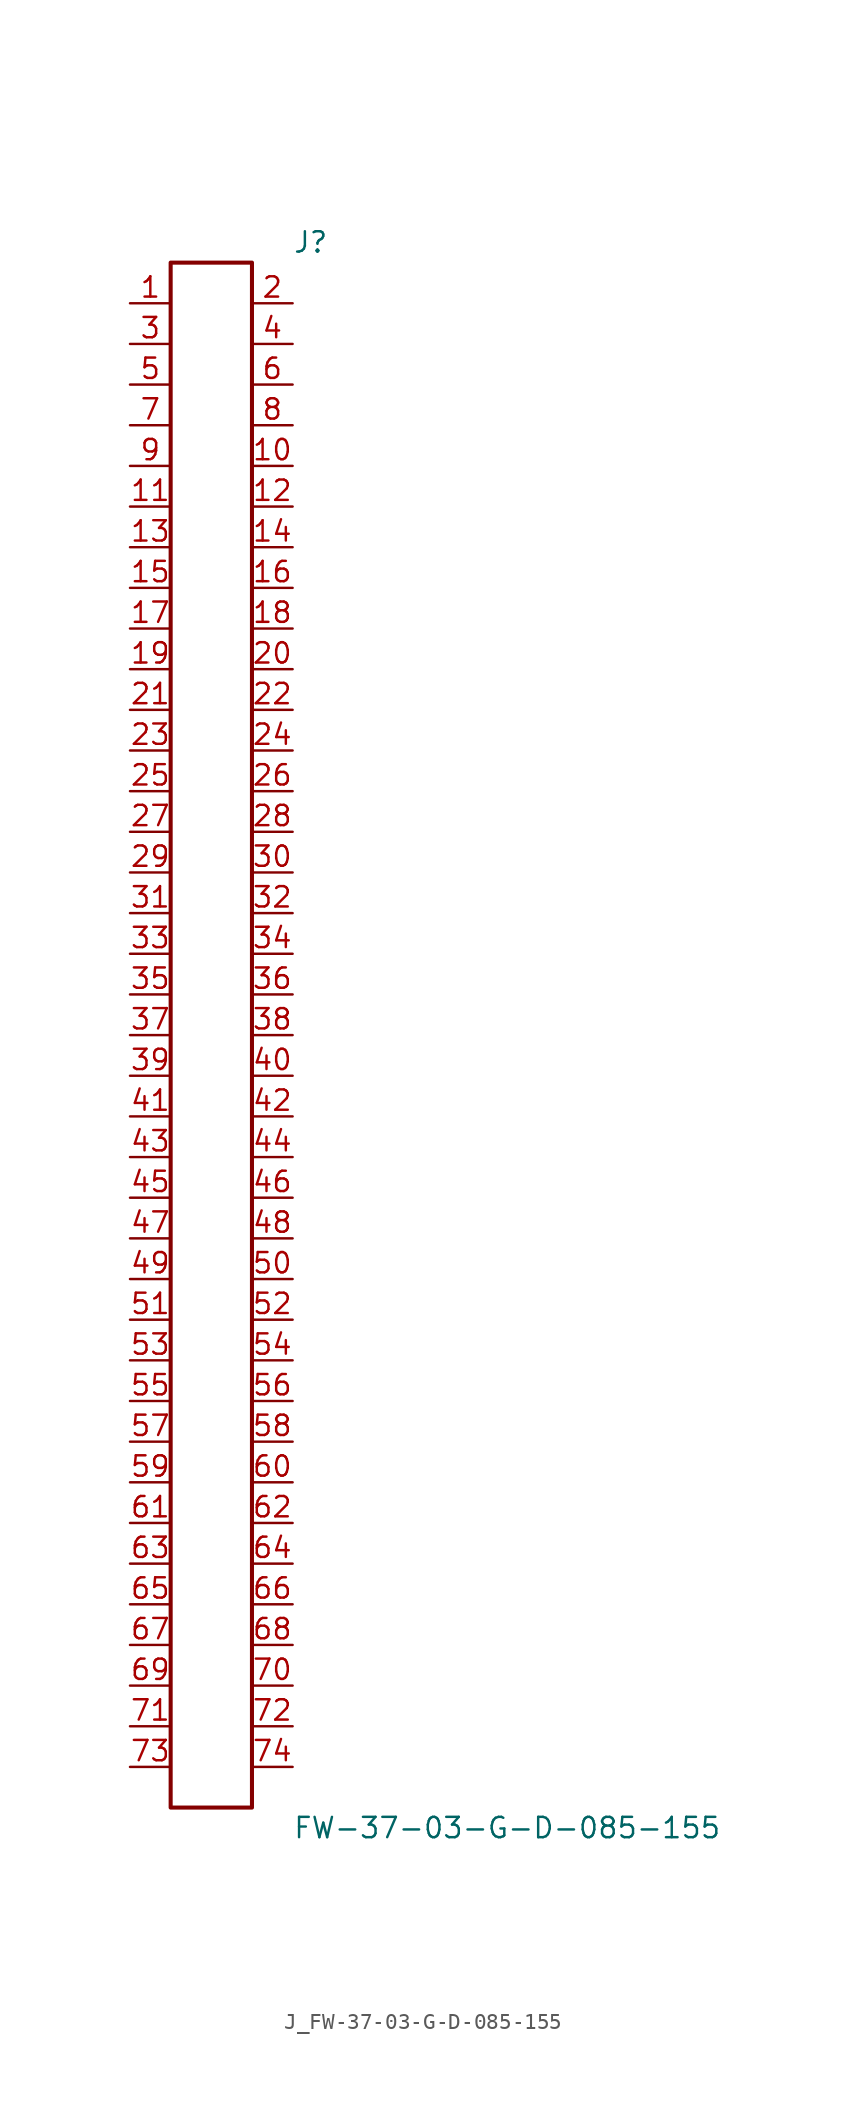
<source format=kicad_sym>
(kicad_symbol_lib
  (version 20231120)
  (generator kicad_symbol_editor)
  (generator_version 8.0)
  (symbol "J_FW-37-03-G-D-085-155"
    (pin_names
      (offset 0.254))
    (property "Reference" "J"
      (at 5.08 49.53 0)
      (effects (font (size 1.27 1.27)) (justify left)))
    (property "Value" "FW-37-03-G-D-085-155"
      (at 5.08 -49.53 0)
      (effects (font (size 1.27 1.27)) (justify left)))
    (symbol "J_FW-37-03-G-D-085-155_0_0"
      (pin unspecified line (at -5.08 45.72 0) (length 2.54) (name "" (effects (font (size 1.27 1.27)))) (number "1" (effects (font (size 1.27 1.27)))))
      (pin unspecified line (at 5.08 45.72 180) (length 2.54) (name "" (effects (font (size 1.27 1.27)))) (number "2" (effects (font (size 1.27 1.27)))))
      (pin unspecified line (at -5.08 43.18 0) (length 2.54) (name "" (effects (font (size 1.27 1.27)))) (number "3" (effects (font (size 1.27 1.27)))))
      (pin unspecified line (at 5.08 43.18 180) (length 2.54) (name "" (effects (font (size 1.27 1.27)))) (number "4" (effects (font (size 1.27 1.27)))))
      (pin unspecified line (at -5.08 40.64 0) (length 2.54) (name "" (effects (font (size 1.27 1.27)))) (number "5" (effects (font (size 1.27 1.27)))))
      (pin unspecified line (at 5.08 40.64 180) (length 2.54) (name "" (effects (font (size 1.27 1.27)))) (number "6" (effects (font (size 1.27 1.27)))))
      (pin unspecified line (at -5.08 38.1 0) (length 2.54) (name "" (effects (font (size 1.27 1.27)))) (number "7" (effects (font (size 1.27 1.27)))))
      (pin unspecified line (at 5.08 38.1 180) (length 2.54) (name "" (effects (font (size 1.27 1.27)))) (number "8" (effects (font (size 1.27 1.27)))))
      (pin unspecified line (at -5.08 35.56 0) (length 2.54) (name "" (effects (font (size 1.27 1.27)))) (number "9" (effects (font (size 1.27 1.27)))))
      (pin unspecified line (at 5.08 35.56 180) (length 2.54) (name "" (effects (font (size 1.27 1.27)))) (number "10" (effects (font (size 1.27 1.27)))))
      (pin unspecified line (at -5.08 33.02 0) (length 2.54) (name "" (effects (font (size 1.27 1.27)))) (number "11" (effects (font (size 1.27 1.27)))))
      (pin unspecified line (at 5.08 33.02 180) (length 2.54) (name "" (effects (font (size 1.27 1.27)))) (number "12" (effects (font (size 1.27 1.27)))))
      (pin unspecified line (at -5.08 30.48 0) (length 2.54) (name "" (effects (font (size 1.27 1.27)))) (number "13" (effects (font (size 1.27 1.27)))))
      (pin unspecified line (at 5.08 30.48 180) (length 2.54) (name "" (effects (font (size 1.27 1.27)))) (number "14" (effects (font (size 1.27 1.27)))))
      (pin unspecified line (at -5.08 27.94 0) (length 2.54) (name "" (effects (font (size 1.27 1.27)))) (number "15" (effects (font (size 1.27 1.27)))))
      (pin unspecified line (at 5.08 27.94 180) (length 2.54) (name "" (effects (font (size 1.27 1.27)))) (number "16" (effects (font (size 1.27 1.27)))))
      (pin unspecified line (at -5.08 25.4 0) (length 2.54) (name "" (effects (font (size 1.27 1.27)))) (number "17" (effects (font (size 1.27 1.27)))))
      (pin unspecified line (at 5.08 25.4 180) (length 2.54) (name "" (effects (font (size 1.27 1.27)))) (number "18" (effects (font (size 1.27 1.27)))))
      (pin unspecified line (at -5.08 22.86 0) (length 2.54) (name "" (effects (font (size 1.27 1.27)))) (number "19" (effects (font (size 1.27 1.27)))))
      (pin unspecified line (at 5.08 22.86 180) (length 2.54) (name "" (effects (font (size 1.27 1.27)))) (number "20" (effects (font (size 1.27 1.27)))))
      (pin unspecified line (at -5.08 20.32 0) (length 2.54) (name "" (effects (font (size 1.27 1.27)))) (number "21" (effects (font (size 1.27 1.27)))))
      (pin unspecified line (at 5.08 20.32 180) (length 2.54) (name "" (effects (font (size 1.27 1.27)))) (number "22" (effects (font (size 1.27 1.27)))))
      (pin unspecified line (at -5.08 17.78 0) (length 2.54) (name "" (effects (font (size 1.27 1.27)))) (number "23" (effects (font (size 1.27 1.27)))))
      (pin unspecified line (at 5.08 17.78 180) (length 2.54) (name "" (effects (font (size 1.27 1.27)))) (number "24" (effects (font (size 1.27 1.27)))))
      (pin unspecified line (at -5.08 15.24 0) (length 2.54) (name "" (effects (font (size 1.27 1.27)))) (number "25" (effects (font (size 1.27 1.27)))))
      (pin unspecified line (at 5.08 15.24 180) (length 2.54) (name "" (effects (font (size 1.27 1.27)))) (number "26" (effects (font (size 1.27 1.27)))))
      (pin unspecified line (at -5.08 12.7 0) (length 2.54) (name "" (effects (font (size 1.27 1.27)))) (number "27" (effects (font (size 1.27 1.27)))))
      (pin unspecified line (at 5.08 12.7 180) (length 2.54) (name "" (effects (font (size 1.27 1.27)))) (number "28" (effects (font (size 1.27 1.27)))))
      (pin unspecified line (at -5.08 10.16 0) (length 2.54) (name "" (effects (font (size 1.27 1.27)))) (number "29" (effects (font (size 1.27 1.27)))))
      (pin unspecified line (at 5.08 10.16 180) (length 2.54) (name "" (effects (font (size 1.27 1.27)))) (number "30" (effects (font (size 1.27 1.27)))))
      (pin unspecified line (at -5.08 7.62 0) (length 2.54) (name "" (effects (font (size 1.27 1.27)))) (number "31" (effects (font (size 1.27 1.27)))))
      (pin unspecified line (at 5.08 7.62 180) (length 2.54) (name "" (effects (font (size 1.27 1.27)))) (number "32" (effects (font (size 1.27 1.27)))))
      (pin unspecified line (at -5.08 5.08 0) (length 2.54) (name "" (effects (font (size 1.27 1.27)))) (number "33" (effects (font (size 1.27 1.27)))))
      (pin unspecified line (at 5.08 5.08 180) (length 2.54) (name "" (effects (font (size 1.27 1.27)))) (number "34" (effects (font (size 1.27 1.27)))))
      (pin unspecified line (at -5.08 2.54 0) (length 2.54) (name "" (effects (font (size 1.27 1.27)))) (number "35" (effects (font (size 1.27 1.27)))))
      (pin unspecified line (at 5.08 2.54 180) (length 2.54) (name "" (effects (font (size 1.27 1.27)))) (number "36" (effects (font (size 1.27 1.27)))))
      (pin unspecified line (at -5.08 0.0 0) (length 2.54) (name "" (effects (font (size 1.27 1.27)))) (number "37" (effects (font (size 1.27 1.27)))))
      (pin unspecified line (at 5.08 0.0 180) (length 2.54) (name "" (effects (font (size 1.27 1.27)))) (number "38" (effects (font (size 1.27 1.27)))))
      (pin unspecified line (at -5.08 -2.54 0) (length 2.54) (name "" (effects (font (size 1.27 1.27)))) (number "39" (effects (font (size 1.27 1.27)))))
      (pin unspecified line (at 5.08 -2.54 180) (length 2.54) (name "" (effects (font (size 1.27 1.27)))) (number "40" (effects (font (size 1.27 1.27)))))
      (pin unspecified line (at -5.08 -5.08 0) (length 2.54) (name "" (effects (font (size 1.27 1.27)))) (number "41" (effects (font (size 1.27 1.27)))))
      (pin unspecified line (at 5.08 -5.08 180) (length 2.54) (name "" (effects (font (size 1.27 1.27)))) (number "42" (effects (font (size 1.27 1.27)))))
      (pin unspecified line (at -5.08 -7.62 0) (length 2.54) (name "" (effects (font (size 1.27 1.27)))) (number "43" (effects (font (size 1.27 1.27)))))
      (pin unspecified line (at 5.08 -7.62 180) (length 2.54) (name "" (effects (font (size 1.27 1.27)))) (number "44" (effects (font (size 1.27 1.27)))))
      (pin unspecified line (at -5.08 -10.16 0) (length 2.54) (name "" (effects (font (size 1.27 1.27)))) (number "45" (effects (font (size 1.27 1.27)))))
      (pin unspecified line (at 5.08 -10.16 180) (length 2.54) (name "" (effects (font (size 1.27 1.27)))) (number "46" (effects (font (size 1.27 1.27)))))
      (pin unspecified line (at -5.08 -12.7 0) (length 2.54) (name "" (effects (font (size 1.27 1.27)))) (number "47" (effects (font (size 1.27 1.27)))))
      (pin unspecified line (at 5.08 -12.7 180) (length 2.54) (name "" (effects (font (size 1.27 1.27)))) (number "48" (effects (font (size 1.27 1.27)))))
      (pin unspecified line (at -5.08 -15.24 0) (length 2.54) (name "" (effects (font (size 1.27 1.27)))) (number "49" (effects (font (size 1.27 1.27)))))
      (pin unspecified line (at 5.08 -15.24 180) (length 2.54) (name "" (effects (font (size 1.27 1.27)))) (number "50" (effects (font (size 1.27 1.27)))))
      (pin unspecified line (at -5.08 -17.78 0) (length 2.54) (name "" (effects (font (size 1.27 1.27)))) (number "51" (effects (font (size 1.27 1.27)))))
      (pin unspecified line (at 5.08 -17.78 180) (length 2.54) (name "" (effects (font (size 1.27 1.27)))) (number "52" (effects (font (size 1.27 1.27)))))
      (pin unspecified line (at -5.08 -20.32 0) (length 2.54) (name "" (effects (font (size 1.27 1.27)))) (number "53" (effects (font (size 1.27 1.27)))))
      (pin unspecified line (at 5.08 -20.32 180) (length 2.54) (name "" (effects (font (size 1.27 1.27)))) (number "54" (effects (font (size 1.27 1.27)))))
      (pin unspecified line (at -5.08 -22.86 0) (length 2.54) (name "" (effects (font (size 1.27 1.27)))) (number "55" (effects (font (size 1.27 1.27)))))
      (pin unspecified line (at 5.08 -22.86 180) (length 2.54) (name "" (effects (font (size 1.27 1.27)))) (number "56" (effects (font (size 1.27 1.27)))))
      (pin unspecified line (at -5.08 -25.4 0) (length 2.54) (name "" (effects (font (size 1.27 1.27)))) (number "57" (effects (font (size 1.27 1.27)))))
      (pin unspecified line (at 5.08 -25.4 180) (length 2.54) (name "" (effects (font (size 1.27 1.27)))) (number "58" (effects (font (size 1.27 1.27)))))
      (pin unspecified line (at -5.08 -27.94 0) (length 2.54) (name "" (effects (font (size 1.27 1.27)))) (number "59" (effects (font (size 1.27 1.27)))))
      (pin unspecified line (at 5.08 -27.94 180) (length 2.54) (name "" (effects (font (size 1.27 1.27)))) (number "60" (effects (font (size 1.27 1.27)))))
      (pin unspecified line (at -5.08 -30.48 0) (length 2.54) (name "" (effects (font (size 1.27 1.27)))) (number "61" (effects (font (size 1.27 1.27)))))
      (pin unspecified line (at 5.08 -30.48 180) (length 2.54) (name "" (effects (font (size 1.27 1.27)))) (number "62" (effects (font (size 1.27 1.27)))))
      (pin unspecified line (at -5.08 -33.02 0) (length 2.54) (name "" (effects (font (size 1.27 1.27)))) (number "63" (effects (font (size 1.27 1.27)))))
      (pin unspecified line (at 5.08 -33.02 180) (length 2.54) (name "" (effects (font (size 1.27 1.27)))) (number "64" (effects (font (size 1.27 1.27)))))
      (pin unspecified line (at -5.08 -35.56 0) (length 2.54) (name "" (effects (font (size 1.27 1.27)))) (number "65" (effects (font (size 1.27 1.27)))))
      (pin unspecified line (at 5.08 -35.56 180) (length 2.54) (name "" (effects (font (size 1.27 1.27)))) (number "66" (effects (font (size 1.27 1.27)))))
      (pin unspecified line (at -5.08 -38.1 0) (length 2.54) (name "" (effects (font (size 1.27 1.27)))) (number "67" (effects (font (size 1.27 1.27)))))
      (pin unspecified line (at 5.08 -38.1 180) (length 2.54) (name "" (effects (font (size 1.27 1.27)))) (number "68" (effects (font (size 1.27 1.27)))))
      (pin unspecified line (at -5.08 -40.64 0) (length 2.54) (name "" (effects (font (size 1.27 1.27)))) (number "69" (effects (font (size 1.27 1.27)))))
      (pin unspecified line (at 5.08 -40.64 180) (length 2.54) (name "" (effects (font (size 1.27 1.27)))) (number "70" (effects (font (size 1.27 1.27)))))
      (pin unspecified line (at -5.08 -43.18 0) (length 2.54) (name "" (effects (font (size 1.27 1.27)))) (number "71" (effects (font (size 1.27 1.27)))))
      (pin unspecified line (at 5.08 -43.18 180) (length 2.54) (name "" (effects (font (size 1.27 1.27)))) (number "72" (effects (font (size 1.27 1.27)))))
      (pin unspecified line (at -5.08 -45.72 0) (length 2.54) (name "" (effects (font (size 1.27 1.27)))) (number "73" (effects (font (size 1.27 1.27)))))
      (pin unspecified line (at 5.08 -45.72 180) (length 2.54) (name "" (effects (font (size 1.27 1.27)))) (number "74" (effects (font (size 1.27 1.27))))))
    (symbol "J_FW-37-03-G-D-085-155_1_0"
      (rectangle (start -2.54 48.26) (end 2.54 -48.26) (stroke (width 0.254) (type solid)) (fill (type none))))))
</source>
